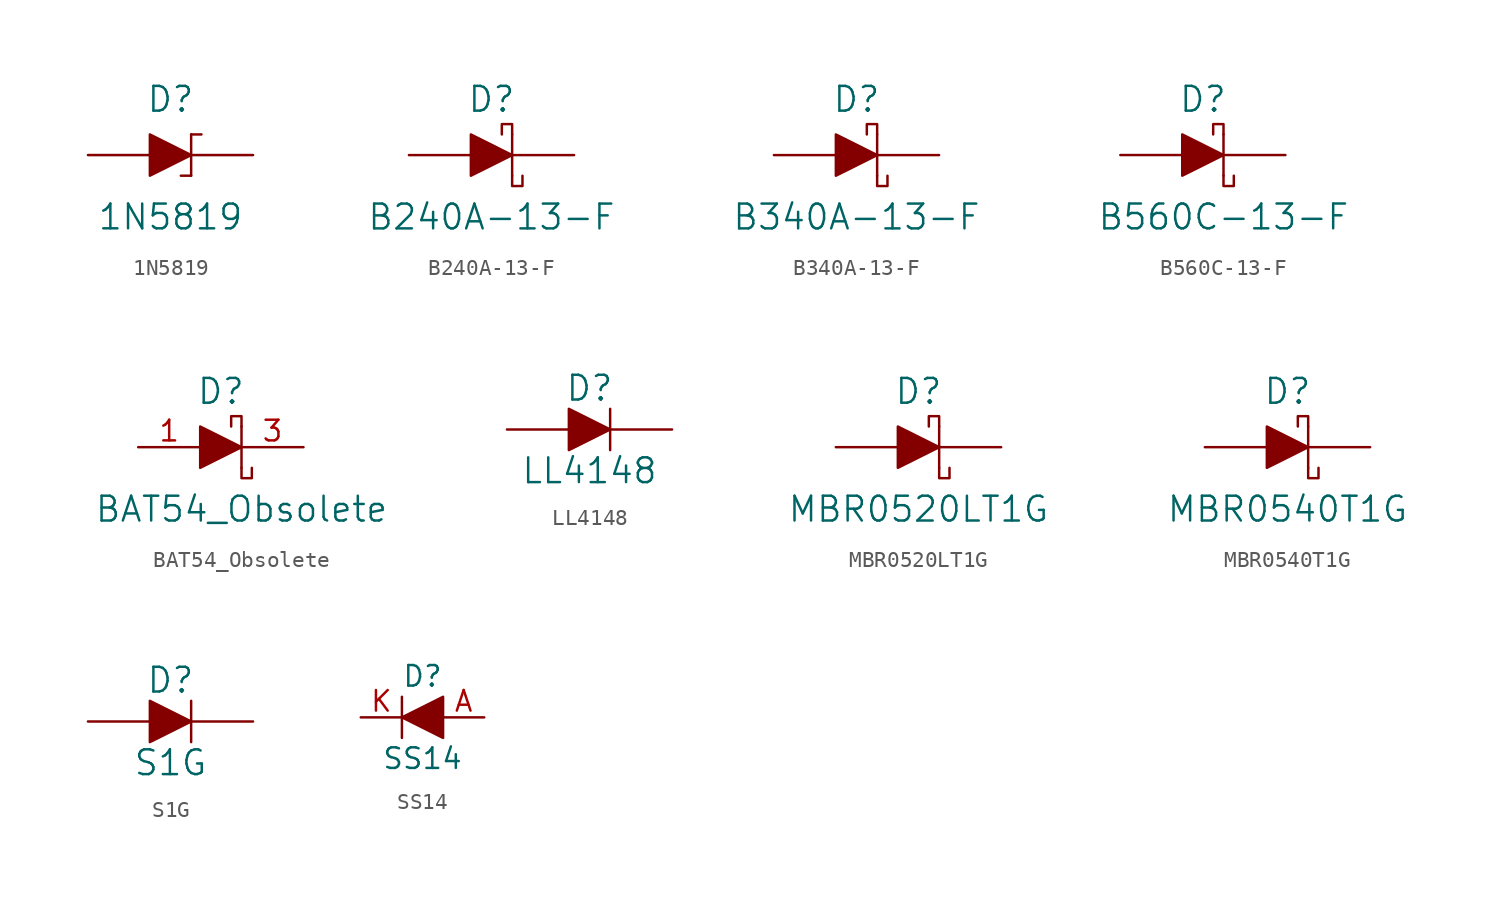
<source format=kicad_sym>
(kicad_symbol_lib
  (version 20220914)
  (generator kicad_symbol_editor)
  (symbol "1N5819"
    (pin_numbers hide)
    (pin_names
      (offset 0) hide)
    (property "Reference" "D"
      (at 0 2.54 0)
      (effects (font (size 1.524 1.524)) (justify bottom)))
    (property "Value" "1N5819"
      (at 0 -3.81 0)
      (effects (font (size 1.524 1.524))))
    (symbol "1N5819_0_1"
      (polyline (pts (xy 1.27 -1.27) (xy 0.635 -1.27)) (stroke (width 0) (type default)) (fill (type none)))
      (polyline (pts (xy 1.27 1.27) (xy 1.27 -1.27)) (stroke (width 0) (type default)) (fill (type none)))
      (polyline (pts (xy 1.27 1.27) (xy 1.905 1.27)) (stroke (width 0) (type default)) (fill (type none)))
      (polyline (pts (xy -1.27 1.27) (xy -1.27 -1.27) (xy 1.27 0) (xy -1.27 1.27)) (stroke (width 0) (type default)) (fill (type outline))))
    (symbol "1N5819_1_1"
      (pin passive line (at -5.08 0 0) (length 3.81) (name "~" (effects (font (size 1.27 1.27)))) (number "A" (effects (font (size 1.27 1.27)))))
      (pin passive line (at 5.08 0 180) (length 3.81) (name "~" (effects (font (size 1.27 1.27)))) (number "K" (effects (font (size 1.27 1.27)))))))
  (symbol "B240A-13-F"
    (pin_numbers hide)
    (pin_names
      (offset 0) hide)
    (property "Reference" "D"
      (at 0 2.54 0)
      (effects (font (size 1.524 1.524)) (justify bottom)))
    (property "Value" "B240A-13-F"
      (at 0 -3.81 0)
      (effects (font (size 1.524 1.524))))
    (symbol "B240A-13-F_0_1"
      (polyline (pts (xy 1.27 1.27) (xy 1.27 -1.27)) (stroke (width 0) (type default)) (fill (type none)))
      (polyline (pts (xy -1.27 1.27) (xy -1.27 -1.27) (xy 1.27 0) (xy -1.27 1.27)) (stroke (width 0) (type default)) (fill (type outline)))
      (polyline (pts (xy 1.27 -1.27) (xy 1.27 -1.905) (xy 1.905 -1.905) (xy 1.905 -1.27)) (stroke (width 0) (type default)) (fill (type none)))
      (polyline (pts (xy 1.27 1.27) (xy 1.27 1.905) (xy 0.635 1.905) (xy 0.635 1.27)) (stroke (width 0) (type default)) (fill (type none))))
    (symbol "B240A-13-F_1_1"
      (pin passive line (at -5.08 0 0) (length 3.81) (name "~" (effects (font (size 1.27 1.27)))) (number "A" (effects (font (size 1.27 1.27)))))
      (pin passive line (at 5.08 0 180) (length 3.81) (name "~" (effects (font (size 1.27 1.27)))) (number "K" (effects (font (size 1.27 1.27)))))))
  (symbol "B340A-13-F"
    (pin_numbers hide)
    (pin_names
      (offset 0) hide)
    (property "Reference" "D"
      (at 0 2.54 0)
      (effects (font (size 1.524 1.524)) (justify bottom)))
    (property "Value" "B340A-13-F"
      (at 0 -3.81 0)
      (effects (font (size 1.524 1.524))))
    (symbol "B340A-13-F_0_1"
      (polyline (pts (xy 1.27 1.27) (xy 1.27 -1.27)) (stroke (width 0) (type default)) (fill (type none)))
      (polyline (pts (xy -1.27 1.27) (xy -1.27 -1.27) (xy 1.27 0) (xy -1.27 1.27)) (stroke (width 0) (type default)) (fill (type outline)))
      (polyline (pts (xy 1.27 -1.27) (xy 1.27 -1.905) (xy 1.905 -1.905) (xy 1.905 -1.27)) (stroke (width 0) (type default)) (fill (type none)))
      (polyline (pts (xy 1.27 1.27) (xy 1.27 1.905) (xy 0.635 1.905) (xy 0.635 1.27)) (stroke (width 0) (type default)) (fill (type none))))
    (symbol "B340A-13-F_1_1"
      (pin passive line (at -5.08 0 0) (length 3.81) (name "~" (effects (font (size 1.27 1.27)))) (number "A" (effects (font (size 1.27 1.27)))))
      (pin passive line (at 5.08 0 180) (length 3.81) (name "~" (effects (font (size 1.27 1.27)))) (number "K" (effects (font (size 1.27 1.27)))))))
  (symbol "B560C-13-F"
    (pin_numbers hide)
    (pin_names
      (offset 0) hide)
    (property "Reference" "D"
      (at 0 2.54 0)
      (effects (font (size 1.524 1.524)) (justify bottom)))
    (property "Value" "B560C-13-F"
      (at 1.27 -3.81 0)
      (effects (font (size 1.524 1.524))))
    (symbol "B560C-13-F_0_1"
      (polyline (pts (xy 1.27 1.27) (xy 1.27 -1.27)) (stroke (width 0) (type default)) (fill (type none)))
      (polyline (pts (xy -1.27 1.27) (xy -1.27 -1.27) (xy 1.27 0) (xy -1.27 1.27)) (stroke (width 0) (type default)) (fill (type outline)))
      (polyline (pts (xy 1.27 -1.27) (xy 1.27 -1.905) (xy 1.905 -1.905) (xy 1.905 -1.27)) (stroke (width 0) (type default)) (fill (type none)))
      (polyline (pts (xy 1.27 1.27) (xy 1.27 1.905) (xy 0.635 1.905) (xy 0.635 1.27)) (stroke (width 0) (type default)) (fill (type none))))
    (symbol "B560C-13-F_1_1"
      (pin passive line (at -5.08 0 0) (length 3.81) (name "~" (effects (font (size 1.27 1.27)))) (number "A" (effects (font (size 1.27 1.27)))))
      (pin passive line (at 5.08 0 180) (length 3.81) (name "~" (effects (font (size 1.27 1.27)))) (number "K" (effects (font (size 1.27 1.27)))))))
  (symbol "BAT54_Obsolete"
    (pin_names
      (offset 0))
    (property "Reference" "D"
      (at 0 2.54 0)
      (effects (font (size 1.524 1.524)) (justify bottom)))
    (property "Value" "BAT54_Obsolete"
      (at 1.27 -3.81 0)
      (effects (font (size 1.524 1.524))))
    (symbol "BAT54_Obsolete_0_1"
      (polyline (pts (xy 1.27 1.27) (xy 1.27 -1.27)) (stroke (width 0) (type default)) (fill (type none)))
      (polyline (pts (xy -1.27 1.27) (xy -1.27 -1.27) (xy 1.27 0) (xy -1.27 1.27)) (stroke (width 0) (type default)) (fill (type outline)))
      (polyline (pts (xy 1.27 -1.27) (xy 1.27 -1.905) (xy 1.905 -1.905) (xy 1.905 -1.27)) (stroke (width 0) (type default)) (fill (type none)))
      (polyline (pts (xy 1.27 1.27) (xy 1.27 1.905) (xy 0.635 1.905) (xy 0.635 1.27)) (stroke (width 0) (type default)) (fill (type none))))
    (symbol "BAT54_Obsolete_1_1"
      (pin passive line (at -5.08 0 0) (length 3.81) (name "~" (effects (font (size 1.27 1.27)))) (number "1" (effects (font (size 1.27 1.27)))))
      (pin no_connect line (at 0 0 90) (length 0) hide (name "~" (effects (font (size 1.27 1.27)))) (number "2" (effects (font (size 0 0)))))
      (pin passive line (at 5.08 0 180) (length 3.81) (name "~" (effects (font (size 1.27 1.27)))) (number "3" (effects (font (size 1.27 1.27)))))))
  (symbol "LL4148"
    (pin_numbers hide)
    (pin_names
      (offset 0) hide)
    (property "Reference" "D"
      (at 0 2.54 0)
      (effects (font (size 1.524 1.524))))
    (property "Value" "LL4148"
      (at 0 -2.54 0)
      (effects (font (size 1.524 1.524))))
    (symbol "LL4148_0_1"
      (polyline (pts (xy 1.27 1.27) (xy 1.27 -1.27)) (stroke (width 0) (type default)) (fill (type none)))
      (polyline (pts (xy -1.27 1.27) (xy -1.27 -1.27) (xy 1.27 0) (xy -1.27 1.27)) (stroke (width 0) (type default)) (fill (type outline))))
    (symbol "LL4148_1_1"
      (pin passive line (at -5.08 0 0) (length 3.81) (name "~" (effects (font (size 1.27 1.27)))) (number "A" (effects (font (size 1.27 1.27)))))
      (pin passive line (at 5.08 0 180) (length 3.81) (name "~" (effects (font (size 1.27 1.27)))) (number "K" (effects (font (size 1.27 1.27)))))))
  (symbol "MBR0520LT1G"
    (pin_numbers hide)
    (pin_names
      (offset 0) hide)
    (property "Reference" "D"
      (at 0 2.54 0)
      (effects (font (size 1.524 1.524)) (justify bottom)))
    (property "Value" "MBR0520LT1G"
      (at 0 -3.81 0)
      (effects (font (size 1.524 1.524))))
    (symbol "MBR0520LT1G_0_1"
      (polyline (pts (xy 1.27 1.27) (xy 1.27 -1.27)) (stroke (width 0) (type default)) (fill (type none)))
      (polyline (pts (xy -1.27 1.27) (xy -1.27 -1.27) (xy 1.27 0) (xy -1.27 1.27)) (stroke (width 0) (type default)) (fill (type outline)))
      (polyline (pts (xy 1.27 -1.27) (xy 1.27 -1.905) (xy 1.905 -1.905) (xy 1.905 -1.27)) (stroke (width 0) (type default)) (fill (type none)))
      (polyline (pts (xy 1.27 1.27) (xy 1.27 1.905) (xy 0.635 1.905) (xy 0.635 1.27)) (stroke (width 0) (type default)) (fill (type none))))
    (symbol "MBR0520LT1G_1_1"
      (pin passive line (at -5.08 0 0) (length 3.81) (name "~" (effects (font (size 1.27 1.27)))) (number "A" (effects (font (size 1.27 1.27)))))
      (pin passive line (at 5.08 0 180) (length 3.81) (name "~" (effects (font (size 1.27 1.27)))) (number "K" (effects (font (size 1.27 1.27)))))))
  (symbol "MBR0540T1G"
    (pin_numbers hide)
    (pin_names
      (offset 0) hide)
    (property "Reference" "D"
      (at 0 2.54 0)
      (effects (font (size 1.524 1.524)) (justify bottom)))
    (property "Value" "MBR0540T1G"
      (at 0 -3.81 0)
      (effects (font (size 1.524 1.524))))
    (symbol "MBR0540T1G_0_1"
      (polyline (pts (xy 1.27 1.27) (xy 1.27 -1.27)) (stroke (width 0) (type default)) (fill (type none)))
      (polyline (pts (xy -1.27 1.27) (xy -1.27 -1.27) (xy 1.27 0) (xy -1.27 1.27)) (stroke (width 0) (type default)) (fill (type outline)))
      (polyline (pts (xy 1.27 -1.27) (xy 1.27 -1.905) (xy 1.905 -1.905) (xy 1.905 -1.27)) (stroke (width 0) (type default)) (fill (type none)))
      (polyline (pts (xy 1.27 1.27) (xy 1.27 1.905) (xy 0.635 1.905) (xy 0.635 1.27)) (stroke (width 0) (type default)) (fill (type none))))
    (symbol "MBR0540T1G_1_1"
      (pin passive line (at -5.08 0 0) (length 3.81) (name "~" (effects (font (size 1.27 1.27)))) (number "A" (effects (font (size 1.27 1.27)))))
      (pin passive line (at 5.08 0 180) (length 3.81) (name "~" (effects (font (size 1.27 1.27)))) (number "K" (effects (font (size 1.27 1.27)))))))
  (symbol "S1G"
    (pin_numbers hide)
    (pin_names
      (offset 0) hide)
    (property "Reference" "D"
      (at 0 2.54 0)
      (effects (font (size 1.524 1.524))))
    (property "Value" "S1G"
      (at 0 -2.54 0)
      (effects (font (size 1.524 1.524))))
    (symbol "S1G_0_1"
      (polyline (pts (xy 1.27 1.27) (xy 1.27 -1.27)) (stroke (width 0) (type default)) (fill (type none)))
      (polyline (pts (xy -1.27 1.27) (xy -1.27 -1.27) (xy 1.27 0) (xy -1.27 1.27)) (stroke (width 0) (type default)) (fill (type outline))))
    (symbol "S1G_1_1"
      (pin passive line (at -5.08 0 0) (length 3.81) (name "~" (effects (font (size 1.27 1.27)))) (number "A" (effects (font (size 1.27 1.27)))))
      (pin passive line (at 5.08 0 180) (length 3.81) (name "~" (effects (font (size 1.27 1.27)))) (number "K" (effects (font (size 1.27 1.27)))))))
  (symbol "SS14"
    (pin_names
      (offset 1.016))
    (property "Reference" "D"
      (at 1.27 2.54 0)
      (effects (font (size 1.27 1.27))))
    (property "Value" "SS14"
      (at 1.27 -2.54 0)
      (effects (font (size 1.27 1.27))))
    (symbol "SS14_0_1"
      (polyline (pts (xy 0 0) (xy 2.54 0)) (stroke (width 0) (type default)) (fill (type none)))
      (polyline (pts (xy 0 1.27) (xy 0 -1.27)) (stroke (width 0) (type default)) (fill (type none)))
      (polyline (pts (xy 2.54 1.27) (xy 2.54 -1.27) (xy 0 0) (xy 2.54 1.27)) (stroke (width 0) (type default)) (fill (type outline))))
    (symbol "SS14_1_1"
      (pin passive line (at 5.08 0 180) (length 2.54) (name "~" (effects (font (size 1.27 1.27)))) (number "A" (effects (font (size 1.27 1.27)))))
      (pin passive line (at -2.54 0 0) (length 2.54) (name "~" (effects (font (size 1.27 1.27)))) (number "K" (effects (font (size 1.27 1.27))))))))
</source>
